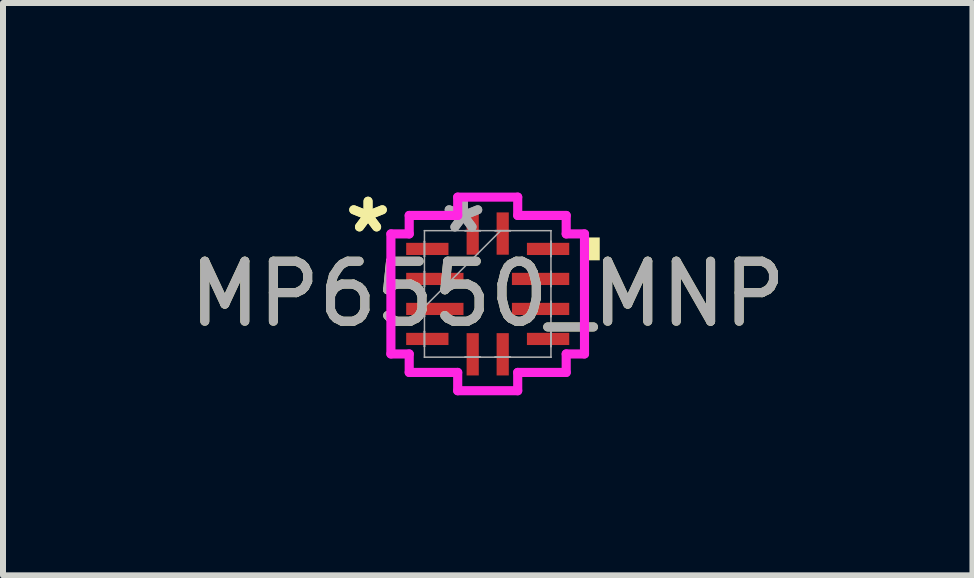
<source format=kicad_pcb>
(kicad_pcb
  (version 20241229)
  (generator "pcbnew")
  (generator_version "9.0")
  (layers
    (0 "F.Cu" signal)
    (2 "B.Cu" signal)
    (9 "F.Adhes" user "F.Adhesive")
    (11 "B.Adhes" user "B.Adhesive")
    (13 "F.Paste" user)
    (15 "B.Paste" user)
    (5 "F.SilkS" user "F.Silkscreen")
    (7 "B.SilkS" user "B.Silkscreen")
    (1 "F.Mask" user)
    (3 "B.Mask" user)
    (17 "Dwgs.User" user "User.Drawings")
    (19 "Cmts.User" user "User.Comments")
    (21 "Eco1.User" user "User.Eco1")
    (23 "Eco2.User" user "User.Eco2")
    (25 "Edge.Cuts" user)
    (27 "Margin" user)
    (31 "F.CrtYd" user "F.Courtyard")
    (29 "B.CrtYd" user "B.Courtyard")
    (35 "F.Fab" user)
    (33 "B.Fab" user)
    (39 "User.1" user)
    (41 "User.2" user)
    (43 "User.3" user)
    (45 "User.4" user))
  (footprint "MP6550_MNP"
    (layer "F.Cu")
    (at 5.077 1.848)
    (property "Reference" "MP6550_MNP" (at 0 0 0) (unlocked yes) (layer "F.SilkS") (effects (font (size 1 1) (thickness 0.15))))
    (attr smd)
    (fp_poly (pts (xy 1.867 -0.941) (xy 1.867 -0.56) (xy 1.613 -0.56) (xy 1.613 -0.941)) (stroke (width 0) (type solid)) (fill yes) (layer "F.SilkS"))
    (fp_line (start -1.613 -1) (end -1.308 -1) (stroke (width 0.152) (type solid)) (layer "F.CrtYd"))
    (fp_line (start -1.613 1) (end -1.613 -1) (stroke (width 0.152) (type solid)) (layer "F.CrtYd"))
    (fp_line (start -1.308 -1.308) (end -0.5 -1.308) (stroke (width 0.152) (type solid)) (layer "F.CrtYd"))
    (fp_line (start -1.308 -1) (end -1.308 -1.308) (stroke (width 0.152) (type solid)) (layer "F.CrtYd"))
    (fp_line (start -1.308 1) (end -1.613 1) (stroke (width 0.152) (type solid)) (layer "F.CrtYd"))
    (fp_line (start -1.308 1.308) (end -1.308 1) (stroke (width 0.152) (type solid)) (layer "F.CrtYd"))
    (fp_line (start -0.5 -1.613) (end 0.5 -1.613) (stroke (width 0.152) (type solid)) (layer "F.CrtYd"))
    (fp_line (start -0.5 -1.308) (end -0.5 -1.613) (stroke (width 0.152) (type solid)) (layer "F.CrtYd"))
    (fp_line (start -0.5 1.308) (end -1.308 1.308) (stroke (width 0.152) (type solid)) (layer "F.CrtYd"))
    (fp_line (start -0.5 1.613) (end -0.5 1.308) (stroke (width 0.152) (type solid)) (layer "F.CrtYd"))
    (fp_line (start 0.5 -1.613) (end 0.5 -1.308) (stroke (width 0.152) (type solid)) (layer "F.CrtYd"))
    (fp_line (start 0.5 -1.308) (end 1.308 -1.308) (stroke (width 0.152) (type solid)) (layer "F.CrtYd"))
    (fp_line (start 0.5 1.308) (end 0.5 1.613) (stroke (width 0.152) (type solid)) (layer "F.CrtYd"))
    (fp_line (start 0.5 1.613) (end -0.5 1.613) (stroke (width 0.152) (type solid)) (layer "F.CrtYd"))
    (fp_line (start 1.308 -1.308) (end 1.308 -1) (stroke (width 0.152) (type solid)) (layer "F.CrtYd"))
    (fp_line (start 1.308 -1) (end 1.613 -1) (stroke (width 0.152) (type solid)) (layer "F.CrtYd"))
    (fp_line (start 1.308 1) (end 1.308 1.308) (stroke (width 0.152) (type solid)) (layer "F.CrtYd"))
    (fp_line (start 1.308 1.308) (end 0.5 1.308) (stroke (width 0.152) (type solid)) (layer "F.CrtYd"))
    (fp_line (start 1.613 -1) (end 1.613 1) (stroke (width 0.152) (type solid)) (layer "F.CrtYd"))
    (fp_line (start 1.613 1) (end 1.308 1) (stroke (width 0.152) (type solid)) (layer "F.CrtYd"))
    (fp_line (start -1.054 -1.054) (end -1.054 -1.054) (stroke (width 0.025) (type solid)) (layer "F.Fab"))
    (fp_line (start -1.054 -1.054) (end -1.054 1.054) (stroke (width 0.025) (type solid)) (layer "F.Fab"))
    (fp_line (start -1.054 -0.877) (end -1.054 -0.877) (stroke (width 0.025) (type solid)) (layer "F.Fab"))
    (fp_line (start -1.054 -0.877) (end -1.054 -0.623) (stroke (width 0.025) (type solid)) (layer "F.Fab"))
    (fp_line (start -1.054 -0.623) (end -1.054 -0.877) (stroke (width 0.025) (type solid)) (layer "F.Fab"))
    (fp_line (start -1.054 -0.623) (end -1.054 -0.623) (stroke (width 0.025) (type solid)) (layer "F.Fab"))
    (fp_line (start -1.054 -0.377) (end -1.054 -0.377) (stroke (width 0.025) (type solid)) (layer "F.Fab"))
    (fp_line (start -1.054 -0.377) (end -1.054 -0.123) (stroke (width 0.025) (type solid)) (layer "F.Fab"))
    (fp_line (start -1.054 -0.123) (end -1.054 -0.377) (stroke (width 0.025) (type solid)) (layer "F.Fab"))
    (fp_line (start -1.054 -0.123) (end -1.054 -0.123) (stroke (width 0.025) (type solid)) (layer "F.Fab"))
    (fp_line (start -1.054 0.123) (end -1.054 0.123) (stroke (width 0.025) (type solid)) (layer "F.Fab"))
    (fp_line (start -1.054 0.123) (end -1.054 0.377) (stroke (width 0.025) (type solid)) (layer "F.Fab"))
    (fp_line (start -1.054 0.216) (end 0.216 -1.054) (stroke (width 0.025) (type solid)) (layer "F.Fab"))
    (fp_line (start -1.054 0.377) (end -1.054 0.123) (stroke (width 0.025) (type solid)) (layer "F.Fab"))
    (fp_line (start -1.054 0.377) (end -1.054 0.377) (stroke (width 0.025) (type solid)) (layer "F.Fab"))
    (fp_line (start -1.054 0.623) (end -1.054 0.623) (stroke (width 0.025) (type solid)) (layer "F.Fab"))
    (fp_line (start -1.054 0.623) (end -1.054 0.877) (stroke (width 0.025) (type solid)) (layer "F.Fab"))
    (fp_line (start -1.054 0.877) (end -1.054 0.623) (stroke (width 0.025) (type solid)) (layer "F.Fab"))
    (fp_line (start -1.054 0.877) (end -1.054 0.877) (stroke (width 0.025) (type solid)) (layer "F.Fab"))
    (fp_line (start -1.054 1.054) (end -1.054 1.054) (stroke (width 0.025) (type solid)) (layer "F.Fab"))
    (fp_line (start -1.054 1.054) (end 1.054 1.054) (stroke (width 0.025) (type solid)) (layer "F.Fab"))
    (fp_line (start -0.377 -1.054) (end -0.377 -1.054) (stroke (width 0.025) (type solid)) (layer "F.Fab"))
    (fp_line (start -0.377 -1.054) (end -0.123 -1.054) (stroke (width 0.025) (type solid)) (layer "F.Fab"))
    (fp_line (start -0.377 1.054) (end -0.377 1.054) (stroke (width 0.025) (type solid)) (layer "F.Fab"))
    (fp_line (start -0.377 1.054) (end -0.123 1.054) (stroke (width 0.025) (type solid)) (layer "F.Fab"))
    (fp_line (start -0.123 -1.054) (end -0.377 -1.054) (stroke (width 0.025) (type solid)) (layer "F.Fab"))
    (fp_line (start -0.123 -1.054) (end -0.123 -1.054) (stroke (width 0.025) (type solid)) (layer "F.Fab"))
    (fp_line (start -0.123 1.054) (end -0.377 1.054) (stroke (width 0.025) (type solid)) (layer "F.Fab"))
    (fp_line (start -0.123 1.054) (end -0.123 1.054) (stroke (width 0.025) (type solid)) (layer "F.Fab"))
    (fp_line (start 0.123 -1.054) (end 0.123 -1.054) (stroke (width 0.025) (type solid)) (layer "F.Fab"))
    (fp_line (start 0.123 -1.054) (end 0.377 -1.054) (stroke (width 0.025) (type solid)) (layer "F.Fab"))
    (fp_line (start 0.123 1.054) (end 0.123 1.054) (stroke (width 0.025) (type solid)) (layer "F.Fab"))
    (fp_line (start 0.123 1.054) (end 0.377 1.054) (stroke (width 0.025) (type solid)) (layer "F.Fab"))
    (fp_line (start 0.377 -1.054) (end 0.123 -1.054) (stroke (width 0.025) (type solid)) (layer "F.Fab"))
    (fp_line (start 0.377 -1.054) (end 0.377 -1.054) (stroke (width 0.025) (type solid)) (layer "F.Fab"))
    (fp_line (start 0.377 1.054) (end 0.123 1.054) (stroke (width 0.025) (type solid)) (layer "F.Fab"))
    (fp_line (start 0.377 1.054) (end 0.377 1.054) (stroke (width 0.025) (type solid)) (layer "F.Fab"))
    (fp_line (start 1.054 -1.054) (end -1.054 -1.054) (stroke (width 0.025) (type solid)) (layer "F.Fab"))
    (fp_line (start 1.054 -1.054) (end 1.054 -1.054) (stroke (width 0.025) (type solid)) (layer "F.Fab"))
    (fp_line (start 1.054 -0.877) (end 1.054 -0.877) (stroke (width 0.025) (type solid)) (layer "F.Fab"))
    (fp_line (start 1.054 -0.877) (end 1.054 -0.623) (stroke (width 0.025) (type solid)) (layer "F.Fab"))
    (fp_line (start 1.054 -0.623) (end 1.054 -0.877) (stroke (width 0.025) (type solid)) (layer "F.Fab"))
    (fp_line (start 1.054 -0.623) (end 1.054 -0.623) (stroke (width 0.025) (type solid)) (layer "F.Fab"))
    (fp_line (start 1.054 -0.377) (end 1.054 -0.377) (stroke (width 0.025) (type solid)) (layer "F.Fab"))
    (fp_line (start 1.054 -0.377) (end 1.054 -0.123) (stroke (width 0.025) (type solid)) (layer "F.Fab"))
    (fp_line (start 1.054 -0.123) (end 1.054 -0.377) (stroke (width 0.025) (type solid)) (layer "F.Fab"))
    (fp_line (start 1.054 -0.123) (end 1.054 -0.123) (stroke (width 0.025) (type solid)) (layer "F.Fab"))
    (fp_line (start 1.054 0.123) (end 1.054 0.123) (stroke (width 0.025) (type solid)) (layer "F.Fab"))
    (fp_line (start 1.054 0.123) (end 1.054 0.377) (stroke (width 0.025) (type solid)) (layer "F.Fab"))
    (fp_line (start 1.054 0.377) (end 1.054 0.123) (stroke (width 0.025) (type solid)) (layer "F.Fab"))
    (fp_line (start 1.054 0.377) (end 1.054 0.377) (stroke (width 0.025) (type solid)) (layer "F.Fab"))
    (fp_line (start 1.054 0.623) (end 1.054 0.623) (stroke (width 0.025) (type solid)) (layer "F.Fab"))
    (fp_line (start 1.054 0.623) (end 1.054 0.877) (stroke (width 0.025) (type solid)) (layer "F.Fab"))
    (fp_line (start 1.054 0.877) (end 1.054 0.623) (stroke (width 0.025) (type solid)) (layer "F.Fab"))
    (fp_line (start 1.054 0.877) (end 1.054 0.877) (stroke (width 0.025) (type solid)) (layer "F.Fab"))
    (fp_line (start 1.054 1.054) (end 1.054 -1.054) (stroke (width 0.025) (type solid)) (layer "F.Fab"))
    (fp_line (start 1.054 1.054) (end 1.054 1.054) (stroke (width 0.025) (type solid)) (layer "F.Fab"))
    (fp_text user "*" (at -1.994 -1 0) (layer "F.SilkS") (effects (font (size 1 1) (thickness 0.15))))
    (fp_text user "*" (at -1.994 -1 0) (unlocked yes) (layer "F.SilkS") (effects (font (size 1 1) (thickness 0.15))))
    (fp_text user "${REFERENCE}" (at 0 0 0) (unlocked yes) (layer "F.Fab") (effects (font (size 1 1) (thickness 0.15))))
    (fp_text user "*" (at -0.404 -1 0) (unlocked yes) (layer "F.Fab") (effects (font (size 1 1) (thickness 0.15))))
    (fp_text user "*" (at -0.404 -1 0) (layer "F.Fab") (effects (font (size 1 1) (thickness 0.15))))
    (pad "1" smd rect (at -1.006 -0.75 90) (size 0.203 0.705) (layers "F.Cu" "F.Mask" "F.Paste"))
    (pad "2" smd rect (at -0.881 -0.25 90) (size 0.203 0.955) (layers "F.Cu" "F.Mask" "F.Paste"))
    (pad "3" smd rect (at -0.881 0.25 90) (size 0.203 0.955) (layers "F.Cu" "F.Mask" "F.Paste"))
    (pad "4" smd rect (at -1.006 0.75 90) (size 0.203 0.705) (layers "F.Cu" "F.Mask" "F.Paste"))
    (pad "5" smd rect (at -0.25 1.006) (size 0.203 0.705) (layers "F.Cu" "F.Mask" "F.Paste"))
    (pad "6" smd rect (at 0.25 1.006) (size 0.203 0.705) (layers "F.Cu" "F.Mask" "F.Paste"))
    (pad "7" smd rect (at 1.006 0.75 90) (size 0.203 0.705) (layers "F.Cu" "F.Mask" "F.Paste"))
    (pad "8" smd rect (at 0.881 0.25 90) (size 0.203 0.955) (layers "F.Cu" "F.Mask" "F.Paste"))
    (pad "9" smd rect (at 0.881 -0.25 90) (size 0.203 0.955) (layers "F.Cu" "F.Mask" "F.Paste"))
    (pad "10" smd rect (at 1.006 -0.75 90) (size 0.203 0.705) (layers "F.Cu" "F.Mask" "F.Paste"))
    (pad "11" smd rect (at 0.25 -1.006) (size 0.203 0.705) (layers "F.Cu" "F.Mask" "F.Paste"))
    (pad "12" smd rect (at -0.25 -1.006) (size 0.203 0.705) (layers "F.Cu" "F.Mask" "F.Paste")))
  (gr_rect
    (start -3 -3)
    (end 13.155 6.537)
    (stroke (width 0.1) (type default))
    (fill no)
    (layer "Edge.Cuts")))
</source>
